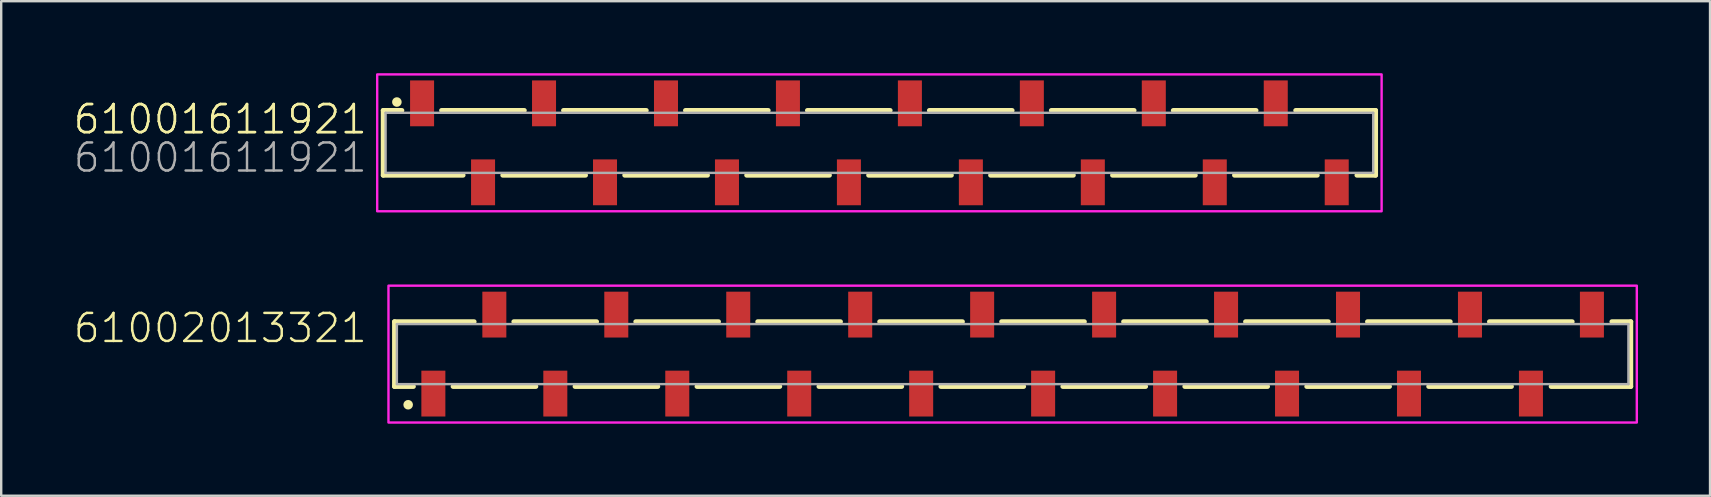
<source format=kicad_pcb>
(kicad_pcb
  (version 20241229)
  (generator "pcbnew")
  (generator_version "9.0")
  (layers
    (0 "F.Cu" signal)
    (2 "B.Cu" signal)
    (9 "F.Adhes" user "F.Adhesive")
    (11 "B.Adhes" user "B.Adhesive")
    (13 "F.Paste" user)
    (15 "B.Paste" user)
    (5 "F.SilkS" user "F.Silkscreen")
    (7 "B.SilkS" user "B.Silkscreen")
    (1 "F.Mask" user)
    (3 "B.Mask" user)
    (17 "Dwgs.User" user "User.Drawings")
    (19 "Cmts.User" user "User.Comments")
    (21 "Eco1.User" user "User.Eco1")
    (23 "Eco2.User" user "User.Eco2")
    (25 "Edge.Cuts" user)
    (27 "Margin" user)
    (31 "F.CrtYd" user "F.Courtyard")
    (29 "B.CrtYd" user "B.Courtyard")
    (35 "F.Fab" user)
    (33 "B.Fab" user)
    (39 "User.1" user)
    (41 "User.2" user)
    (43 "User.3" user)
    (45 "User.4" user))
  (footprint "61002013321"
    (layer "F.Cu")
    (at 39.132 11.7)
    (property "Reference" "61002013321" (at -26.82 -0.4 0) (unlocked yes) (layer "F.SilkS") (effects (font (size 1.168 1.168) (thickness 0.102)) (justify right bottom)))
    (fp_line (start -25.75 -1.35) (end -22.43 -1.35) (stroke (width 0.2) (type solid)) (layer "F.SilkS"))
    (fp_line (start -25.75 1.35) (end -25.75 -1.35) (stroke (width 0.2) (type solid)) (layer "F.SilkS"))
    (fp_line (start -24.96 1.35) (end -25.75 1.35) (stroke (width 0.2) (type solid)) (layer "F.SilkS"))
    (fp_line (start -20.78 -1.35) (end -17.33 -1.35) (stroke (width 0.2) (type solid)) (layer "F.SilkS"))
    (fp_line (start -19.86 1.35) (end -23.31 1.35) (stroke (width 0.2) (type solid)) (layer "F.SilkS"))
    (fp_line (start -15.7 -1.35) (end -12.25 -1.35) (stroke (width 0.2) (type solid)) (layer "F.SilkS"))
    (fp_line (start -14.78 1.35) (end -18.23 1.35) (stroke (width 0.2) (type solid)) (layer "F.SilkS"))
    (fp_line (start -10.62 -1.35) (end -7.17 -1.35) (stroke (width 0.2) (type solid)) (layer "F.SilkS"))
    (fp_line (start -9.7 1.35) (end -13.15 1.35) (stroke (width 0.2) (type solid)) (layer "F.SilkS"))
    (fp_line (start -5.54 -1.35) (end -2.09 -1.35) (stroke (width 0.2) (type solid)) (layer "F.SilkS"))
    (fp_line (start -4.62 1.35) (end -8.07 1.35) (stroke (width 0.2) (type solid)) (layer "F.SilkS"))
    (fp_line (start -0.46 -1.35) (end 2.99 -1.35) (stroke (width 0.2) (type solid)) (layer "F.SilkS"))
    (fp_line (start 0.46 1.35) (end -2.99 1.35) (stroke (width 0.2) (type solid)) (layer "F.SilkS"))
    (fp_line (start 4.62 -1.35) (end 8.07 -1.35) (stroke (width 0.2) (type solid)) (layer "F.SilkS"))
    (fp_line (start 5.54 1.35) (end 2.09 1.35) (stroke (width 0.2) (type solid)) (layer "F.SilkS"))
    (fp_line (start 9.7 -1.35) (end 13.15 -1.35) (stroke (width 0.2) (type solid)) (layer "F.SilkS"))
    (fp_line (start 10.62 1.35) (end 7.17 1.35) (stroke (width 0.2) (type solid)) (layer "F.SilkS"))
    (fp_line (start 14.78 -1.35) (end 18.23 -1.35) (stroke (width 0.2) (type solid)) (layer "F.SilkS"))
    (fp_line (start 15.7 1.35) (end 12.25 1.35) (stroke (width 0.2) (type solid)) (layer "F.SilkS"))
    (fp_line (start 19.86 -1.35) (end 23.31 -1.35) (stroke (width 0.2) (type solid)) (layer "F.SilkS"))
    (fp_line (start 20.78 1.35) (end 17.33 1.35) (stroke (width 0.2) (type solid)) (layer "F.SilkS"))
    (fp_line (start 22.43 1.35) (end 25.75 1.35) (stroke (width 0.2) (type solid)) (layer "F.SilkS"))
    (fp_line (start 25.75 -1.35) (end 24.96 -1.35) (stroke (width 0.2) (type solid)) (layer "F.SilkS"))
    (fp_line (start 25.75 1.35) (end 25.75 -1.35) (stroke (width 0.2) (type solid)) (layer "F.SilkS"))
    (fp_circle (center -25.18 2.11) (end -25.08 2.11) (stroke (width 0.2) (type solid)) (fill no) (layer "F.SilkS"))
    (fp_poly (pts (xy 26 2.85) (xy -26 2.85) (xy -26 -2.85) (xy 26 -2.85)) (stroke (width 0.1) (type default)) (fill no) (layer "F.CrtYd"))
    (fp_line (start -25.65 -1.25) (end 25.65 -1.25) (stroke (width 0.1) (type solid)) (layer "F.Fab"))
    (fp_line (start -25.65 1.25) (end -25.65 -1.25) (stroke (width 0.1) (type solid)) (layer "F.Fab"))
    (fp_line (start 25.65 1.25) (end -25.65 1.25) (stroke (width 0.1) (type solid)) (layer "F.Fab"))
    (fp_line (start 25.65 1.25) (end 25.65 -1.25) (stroke (width 0.1) (type solid)) (layer "F.Fab"))
    (pad "1" smd rect (at -24.13 1.645 180) (size 1 1.91) (layers "F.Cu" "F.Mask" "F.Paste"))
    (pad "2" smd rect (at -21.59 -1.645 180) (size 1 1.91) (layers "F.Cu" "F.Mask" "F.Paste"))
    (pad "3" smd rect (at -19.05 1.645 180) (size 1 1.91) (layers "F.Cu" "F.Mask" "F.Paste"))
    (pad "4" smd rect (at -16.51 -1.645 180) (size 1 1.91) (layers "F.Cu" "F.Mask" "F.Paste"))
    (pad "5" smd rect (at -13.97 1.645 180) (size 1 1.91) (layers "F.Cu" "F.Mask" "F.Paste"))
    (pad "6" smd rect (at -11.43 -1.645 180) (size 1 1.91) (layers "F.Cu" "F.Mask" "F.Paste"))
    (pad "7" smd rect (at -8.89 1.645 180) (size 1 1.91) (layers "F.Cu" "F.Mask" "F.Paste"))
    (pad "8" smd rect (at -6.35 -1.645 180) (size 1 1.91) (layers "F.Cu" "F.Mask" "F.Paste"))
    (pad "9" smd rect (at -3.81 1.645 180) (size 1 1.91) (layers "F.Cu" "F.Mask" "F.Paste"))
    (pad "10" smd rect (at -1.27 -1.645 180) (size 1 1.91) (layers "F.Cu" "F.Mask" "F.Paste"))
    (pad "11" smd rect (at 1.27 1.645 180) (size 1 1.91) (layers "F.Cu" "F.Mask" "F.Paste"))
    (pad "12" smd rect (at 3.81 -1.645 180) (size 1 1.91) (layers "F.Cu" "F.Mask" "F.Paste"))
    (pad "13" smd rect (at 6.35 1.645 180) (size 1 1.91) (layers "F.Cu" "F.Mask" "F.Paste"))
    (pad "14" smd rect (at 8.89 -1.645 180) (size 1 1.91) (layers "F.Cu" "F.Mask" "F.Paste"))
    (pad "15" smd rect (at 11.43 1.645 180) (size 1 1.91) (layers "F.Cu" "F.Mask" "F.Paste"))
    (pad "16" smd rect (at 13.97 -1.645 180) (size 1 1.91) (layers "F.Cu" "F.Mask" "F.Paste"))
    (pad "17" smd rect (at 16.51 1.645 180) (size 1 1.91) (layers "F.Cu" "F.Mask" "F.Paste"))
    (pad "18" smd rect (at 19.05 -1.645 180) (size 1 1.91) (layers "F.Cu" "F.Mask" "F.Paste"))
    (pad "19" smd rect (at 21.59 1.645 180) (size 1 1.91) (layers "F.Cu" "F.Mask" "F.Paste"))
    (pad "20" smd rect (at 24.13 -1.645 180) (size 1 1.91) (layers "F.Cu" "F.Mask" "F.Paste")))
  (footprint "61001611921"
    (layer "F.Cu")
    (at 33.582 2.9)
    (property "Reference" "61001611921" (at -21.27 -0.3 0) (unlocked yes) (layer "F.SilkS") (effects (font (size 1.168 1.168) (thickness 0.102)) (justify right bottom)))
    (property "Value" "61001611921" (at -21.27 1.3 0) (unlocked yes) (layer "F.Fab") (hide yes) (effects (font (size 1.168 1.168) (thickness 0.102)) (justify right bottom)))
    (fp_line (start -20.67 -1.35) (end -19.89 -1.35) (stroke (width 0.2) (type solid)) (layer "F.SilkS"))
    (fp_line (start -20.67 1.35) (end -20.67 -1.35) (stroke (width 0.2) (type solid)) (layer "F.SilkS"))
    (fp_line (start -18.24 -1.35) (end -14.79 -1.35) (stroke (width 0.2) (type solid)) (layer "F.SilkS"))
    (fp_line (start -17.34 1.35) (end -20.67 1.35) (stroke (width 0.2) (type solid)) (layer "F.SilkS"))
    (fp_line (start -13.16 -1.35) (end -9.71 -1.35) (stroke (width 0.2) (type solid)) (layer "F.SilkS"))
    (fp_line (start -12.24 1.35) (end -15.69 1.35) (stroke (width 0.2) (type solid)) (layer "F.SilkS"))
    (fp_line (start -8.08 -1.35) (end -4.63 -1.35) (stroke (width 0.2) (type solid)) (layer "F.SilkS"))
    (fp_line (start -7.16 1.35) (end -10.61 1.35) (stroke (width 0.2) (type solid)) (layer "F.SilkS"))
    (fp_line (start -3 -1.35) (end 0.45 -1.35) (stroke (width 0.2) (type solid)) (layer "F.SilkS"))
    (fp_line (start -2.08 1.35) (end -5.53 1.35) (stroke (width 0.2) (type solid)) (layer "F.SilkS"))
    (fp_line (start 2.08 -1.35) (end 5.53 -1.35) (stroke (width 0.2) (type solid)) (layer "F.SilkS"))
    (fp_line (start 3 1.35) (end -0.45 1.35) (stroke (width 0.2) (type solid)) (layer "F.SilkS"))
    (fp_line (start 7.16 -1.35) (end 10.61 -1.35) (stroke (width 0.2) (type solid)) (layer "F.SilkS"))
    (fp_line (start 8.08 1.35) (end 4.63 1.35) (stroke (width 0.2) (type solid)) (layer "F.SilkS"))
    (fp_line (start 12.24 -1.35) (end 15.69 -1.35) (stroke (width 0.2) (type solid)) (layer "F.SilkS"))
    (fp_line (start 13.16 1.35) (end 9.71 1.35) (stroke (width 0.2) (type solid)) (layer "F.SilkS"))
    (fp_line (start 18.24 1.35) (end 14.79 1.35) (stroke (width 0.2) (type solid)) (layer "F.SilkS"))
    (fp_line (start 19.89 1.35) (end 20.67 1.35) (stroke (width 0.2) (type solid)) (layer "F.SilkS"))
    (fp_line (start 20.67 -1.35) (end 17.34 -1.35) (stroke (width 0.2) (type solid)) (layer "F.SilkS"))
    (fp_line (start 20.67 1.35) (end 20.67 -1.35) (stroke (width 0.2) (type solid)) (layer "F.SilkS"))
    (fp_circle (center -20.1 -1.7) (end -20 -1.7) (stroke (width 0.2) (type solid)) (fill no) (layer "F.SilkS"))
    (fp_poly (pts (xy 20.92 2.85) (xy -20.92 2.85) (xy -20.92 -2.85) (xy 20.92 -2.85)) (stroke (width 0.1) (type default)) (fill no) (layer "F.CrtYd"))
    (fp_line (start -20.57 -1.25) (end 20.57 -1.25) (stroke (width 0.1) (type solid)) (layer "F.Fab"))
    (fp_line (start -20.57 1.25) (end -20.57 -1.25) (stroke (width 0.1) (type solid)) (layer "F.Fab"))
    (fp_line (start 20.57 1.25) (end -20.57 1.25) (stroke (width 0.1) (type solid)) (layer "F.Fab"))
    (fp_line (start 20.57 1.25) (end 20.57 -1.25) (stroke (width 0.1) (type solid)) (layer "F.Fab"))
    (fp_text user "${REFERENCE}" (at -21.27 -0.3 0) (unlocked yes) (layer "F.SilkS") (effects (font (size 1.168 1.168) (thickness 0.102)) (justify right bottom)))
    (fp_text user "${VALUE}" (at -21.27 1.3 0) (unlocked yes) (layer "F.Fab") (effects (font (size 1.168 1.168) (thickness 0.102)) (justify right bottom)))
    (pad "1" smd rect (at -19.05 -1.645 180) (size 1 1.91) (layers "F.Cu" "F.Mask" "F.Paste"))
    (pad "2" smd rect (at -16.51 1.645 180) (size 1 1.91) (layers "F.Cu" "F.Mask" "F.Paste"))
    (pad "3" smd rect (at -13.97 -1.645 180) (size 1 1.91) (layers "F.Cu" "F.Mask" "F.Paste"))
    (pad "4" smd rect (at -11.43 1.645 180) (size 1 1.91) (layers "F.Cu" "F.Mask" "F.Paste"))
    (pad "5" smd rect (at -8.89 -1.645 180) (size 1 1.91) (layers "F.Cu" "F.Mask" "F.Paste"))
    (pad "6" smd rect (at -6.35 1.645 180) (size 1 1.91) (layers "F.Cu" "F.Mask" "F.Paste"))
    (pad "7" smd rect (at -3.81 -1.645 180) (size 1 1.91) (layers "F.Cu" "F.Mask" "F.Paste"))
    (pad "8" smd rect (at -1.27 1.645 180) (size 1 1.91) (layers "F.Cu" "F.Mask" "F.Paste"))
    (pad "9" smd rect (at 1.27 -1.645 180) (size 1 1.91) (layers "F.Cu" "F.Mask" "F.Paste"))
    (pad "10" smd rect (at 3.81 1.645 180) (size 1 1.91) (layers "F.Cu" "F.Mask" "F.Paste"))
    (pad "11" smd rect (at 6.35 -1.645 180) (size 1 1.91) (layers "F.Cu" "F.Mask" "F.Paste"))
    (pad "12" smd rect (at 8.89 1.645 180) (size 1 1.91) (layers "F.Cu" "F.Mask" "F.Paste"))
    (pad "13" smd rect (at 11.43 -1.645 180) (size 1 1.91) (layers "F.Cu" "F.Mask" "F.Paste"))
    (pad "14" smd rect (at 13.97 1.645 180) (size 1 1.91) (layers "F.Cu" "F.Mask" "F.Paste"))
    (pad "15" smd rect (at 16.51 -1.645 180) (size 1 1.91) (layers "F.Cu" "F.Mask" "F.Paste"))
    (pad "16" smd rect (at 19.05 1.645 180) (size 1 1.91) (layers "F.Cu" "F.Mask" "F.Paste")))
  (gr_rect
    (start -3 -3)
    (end 68.182 17.6)
    (stroke (width 0.1) (type default))
    (fill no)
    (layer "Edge.Cuts")))
</source>
